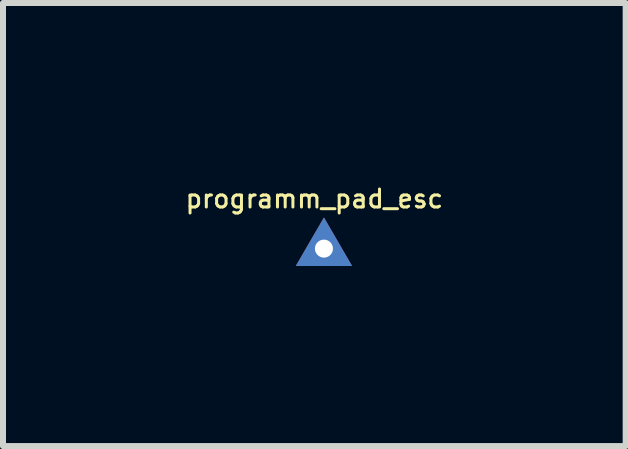
<source format=kicad_pcb>
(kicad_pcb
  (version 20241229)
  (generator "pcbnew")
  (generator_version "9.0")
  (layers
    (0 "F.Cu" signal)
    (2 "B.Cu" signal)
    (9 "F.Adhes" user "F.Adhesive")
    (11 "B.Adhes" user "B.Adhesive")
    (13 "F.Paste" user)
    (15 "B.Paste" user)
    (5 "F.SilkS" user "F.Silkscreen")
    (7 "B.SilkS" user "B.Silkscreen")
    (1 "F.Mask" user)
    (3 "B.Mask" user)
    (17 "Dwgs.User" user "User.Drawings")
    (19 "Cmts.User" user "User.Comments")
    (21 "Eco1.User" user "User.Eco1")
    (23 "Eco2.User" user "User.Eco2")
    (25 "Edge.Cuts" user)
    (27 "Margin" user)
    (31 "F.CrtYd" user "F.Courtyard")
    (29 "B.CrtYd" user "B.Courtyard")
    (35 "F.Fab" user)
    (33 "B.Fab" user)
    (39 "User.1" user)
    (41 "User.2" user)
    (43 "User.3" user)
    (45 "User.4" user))
  (footprint "programm_pad_esc"
    (layer "F.Cu")
    (at 2.348 1.093)
    (property "Reference" "programm_pad_esc" (at -0.16 -0.83 0) (layer "F.SilkS") (effects (font (size 0.3 0.3) (thickness 0.05))))
    (attr through_hole)
    (pad "1" thru_hole custom (at 0 0) (size 0.5 0.5) (drill 0.3) (layers "*.Cu") (options (anchor circle)) (primitives (gr_poly (pts (xy -0.47 0.29) (xy 0.47 0.29) (xy 0 -0.52)) (width 0) (fill yes))))
    (pad "1" smd custom (at 0 0.01) (size 0.1 0.1) (layers "F.Cu" "F.Mask") (options (anchor circle)) (primitives (gr_poly (pts (xy -0.32 0.2) (xy 0.32 0.2) (xy 0 -0.36)) (width 0) (fill yes))))
    (pad "1" smd custom (at 0 0.01) (size 0.1 0.1) (layers "B.Cu" "B.Mask") (options (anchor circle)) (primitives (gr_poly (pts (xy -0.32 0.2) (xy 0.32 0.2) (xy 0 -0.36)) (width 0) (fill yes)))))
  (gr_rect
    (start -3 -3)
    (end 7.376 4.383)
    (stroke (width 0.1) (type default))
    (fill no)
    (layer "Edge.Cuts")))
</source>
